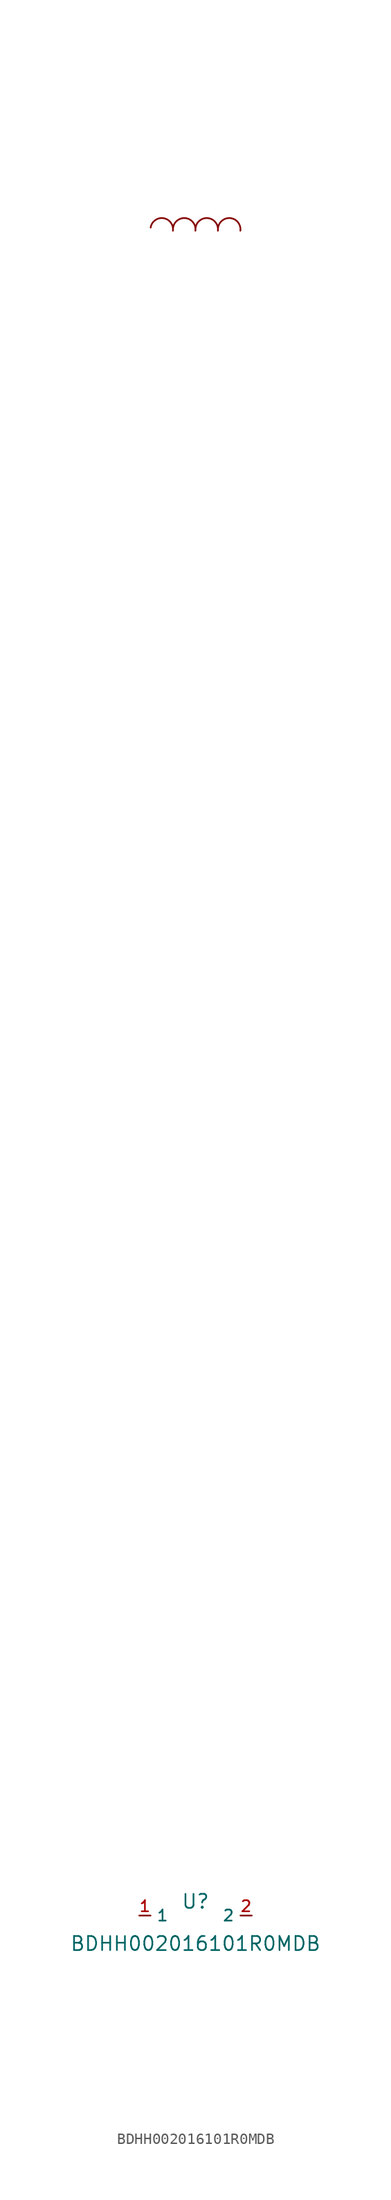
<source format=kicad_sym>
(kicad_symbol_lib
  (version 20210201)
  (generator TousstNicolas/JLC2KiCad_lib)
  (symbol "BDHH002016101R0MDB"
    (property "Reference" "U"
      (at 0 1.27 0)
      (effects (font (size 1.27 1.27))))
    (property "Value" "BDHH002016101R0MDB"
      (at 0 -2.54 0)
      (effects (font (size 1.27 1.27))))
    (symbol "BDHH002016101R0MDB_0_1"
      (pin unspecified line (at 5.08 -0.0 180) (length 1.016) (name "2" (effects (font (size 1 1)))) (number "2" (effects (font (size 1 1)))))
      (pin unspecified line (at -5.08 -0.0 0) (length 1.016) (name "1" (effects (font (size 1 1)))) (number "1" (effects (font (size 1 1)))))
      (arc (start -2.041878763884499 152.2589971530446) (mid -2.9066984615212488 153.40643219490732) (end -4.0541334922236425 152.54161248246314) (stroke (width 0) (type default) (color 0 0 0 0)) (fill (type none)))
      (arc (start -0.009874699876370796 152.2589971530446) (mid -0.8746943975131207 153.40643219490732) (end -2.0221294282155147 152.54161248246314) (stroke (width 0) (type default) (color 0 0 0 0)) (fill (type none)))
      (arc (start 4.0541334281398855 152.2589971530446) (mid 3.1893137305031356 153.40643219490732) (end 2.0418786998007414 152.54161248246314) (stroke (width 0) (type default) (color 0 0 0 0)) (fill (type none)))
      (arc (start 2.0221293641317573 152.2589971530446) (mid 1.1573096664950073 153.40643219490732) (end 0.009874635792613502 152.54161248246314) (stroke (width 0) (type default) (color 0 0 0 0)) (fill (type none))))))
</source>
